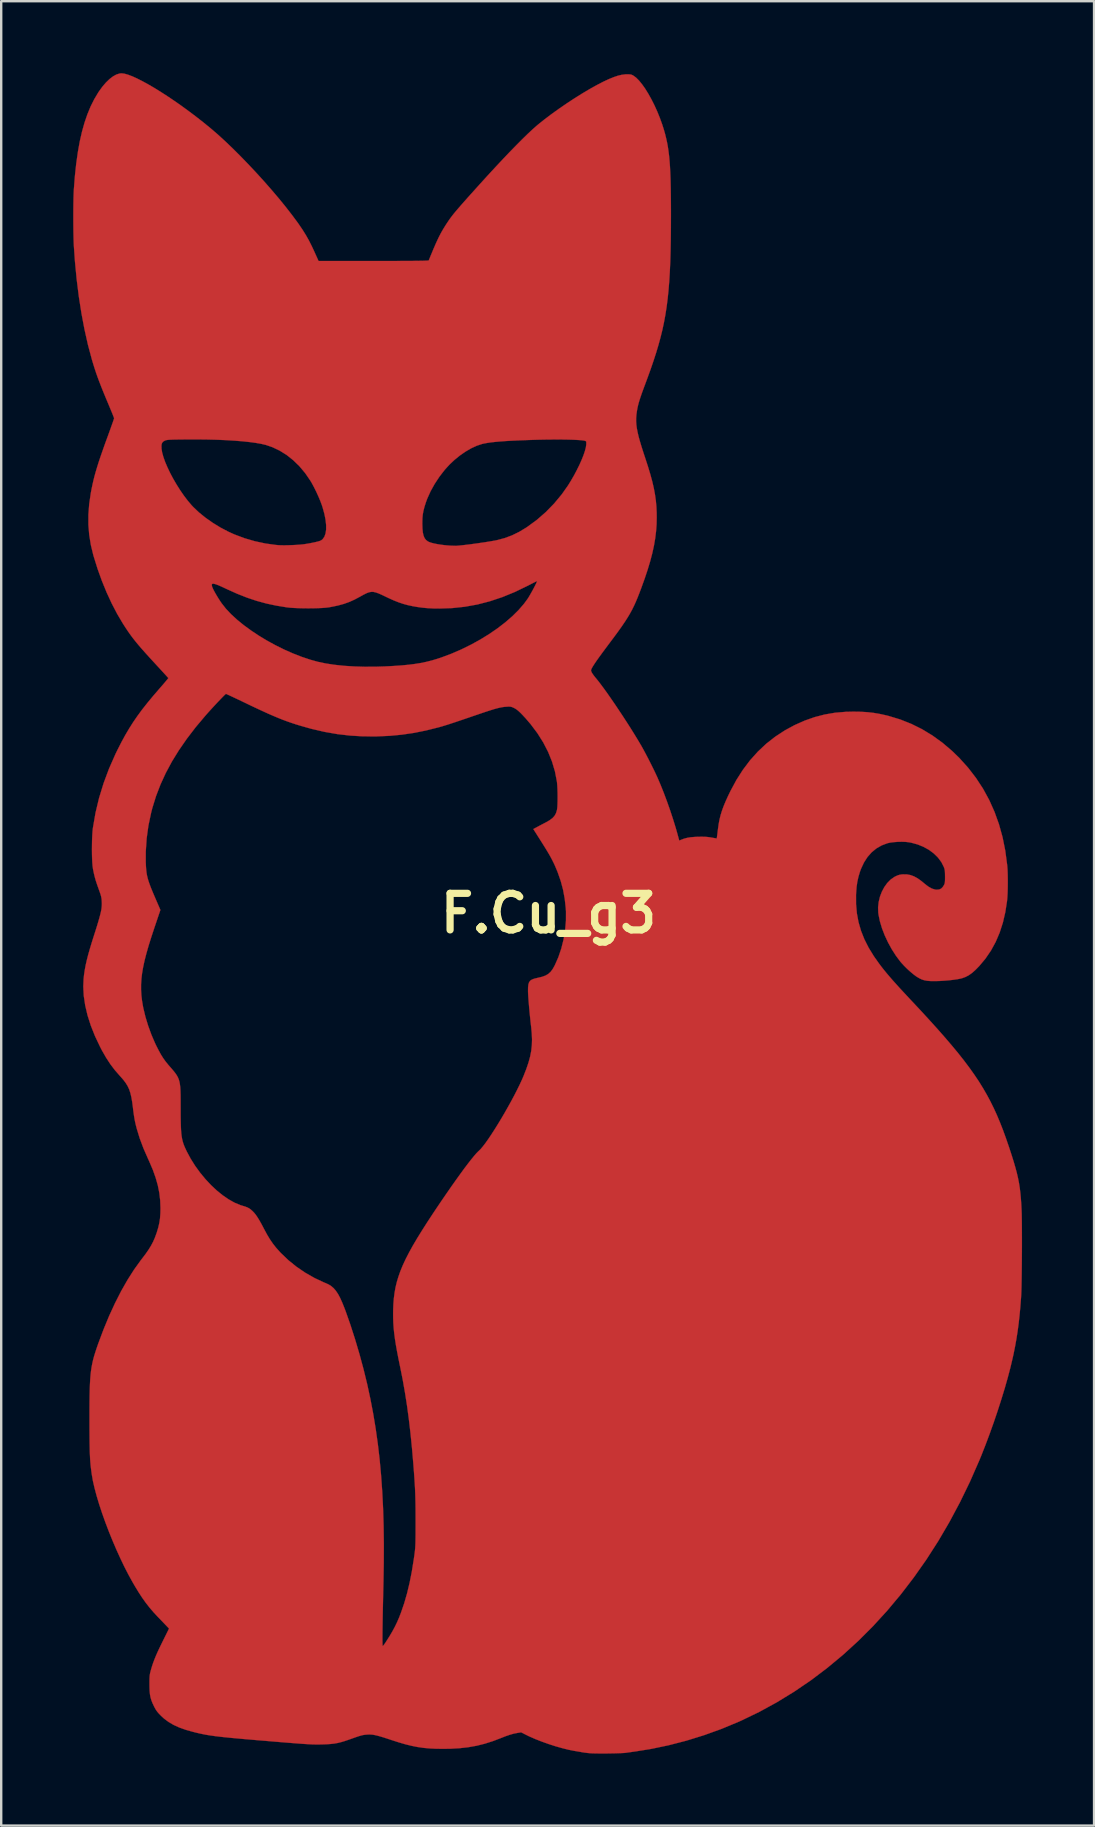
<source format=kicad_pcb>
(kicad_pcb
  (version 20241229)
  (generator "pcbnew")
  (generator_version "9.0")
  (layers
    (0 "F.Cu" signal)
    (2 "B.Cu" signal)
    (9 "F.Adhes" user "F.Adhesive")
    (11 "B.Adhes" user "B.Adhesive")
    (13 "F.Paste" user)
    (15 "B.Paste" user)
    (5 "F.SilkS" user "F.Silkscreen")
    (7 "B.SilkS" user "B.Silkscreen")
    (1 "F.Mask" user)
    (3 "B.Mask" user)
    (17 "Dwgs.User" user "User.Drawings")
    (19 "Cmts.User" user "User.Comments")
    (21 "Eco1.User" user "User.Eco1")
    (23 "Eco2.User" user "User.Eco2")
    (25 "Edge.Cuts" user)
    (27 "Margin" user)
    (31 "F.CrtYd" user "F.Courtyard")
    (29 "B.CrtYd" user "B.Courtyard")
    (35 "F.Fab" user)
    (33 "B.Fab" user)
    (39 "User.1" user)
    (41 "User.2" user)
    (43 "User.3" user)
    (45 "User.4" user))
  (footprint "F.Cu_g3"
    (layer "F.Cu")
    (at 19.801 35.001)
    (property "Reference" "F.Cu_g3" (at 0 0 0) (layer "F.SilkS") (effects (font (size 1.524 1.524) (thickness 0.3))))
    (attr through_hole)
    (fp_poly (pts (xy -17.667 -34.981) (xy -17.519 -34.939) (xy -17.343 -34.873) (xy -17.144 -34.783) (xy -16.924 -34.672) (xy -16.684 -34.541) (xy -16.428 -34.392) (xy -16.158 -34.225) (xy -15.876 -34.043) (xy -15.586 -33.848) (xy -15.29 -33.641) (xy -14.99 -33.422) (xy -14.69 -33.196) (xy -14.39 -32.961) (xy -14.095 -32.721) (xy -14.065 -32.696) (xy -13.778 -32.449) (xy -13.473 -32.17) (xy -13.155 -31.866) (xy -12.828 -31.54) (xy -12.498 -31.199) (xy -12.167 -30.846) (xy -11.841 -30.487) (xy -11.525 -30.126) (xy -11.223 -29.77) (xy -10.94 -29.422) (xy -10.68 -29.087) (xy -10.447 -28.772) (xy -10.405 -28.713) (xy -10.245 -28.477) (xy -10.107 -28.255) (xy -9.981 -28.032) (xy -9.861 -27.794) (xy -9.765 -27.587) (xy -9.58 -27.178) (xy -7.29 -27.178) (xy -6.915 -27.178) (xy -6.581 -27.178) (xy -6.285 -27.179) (xy -6.025 -27.18) (xy -5.799 -27.181) (xy -5.606 -27.182) (xy -5.444 -27.184) (xy -5.309 -27.186) (xy -5.202 -27.188) (xy -5.118 -27.191) (xy -5.057 -27.194) (xy -5.017 -27.197) (xy -4.995 -27.201) (xy -4.989 -27.204) (xy -4.887 -27.451) (xy -4.799 -27.663) (xy -4.72 -27.846) (xy -4.649 -28.004) (xy -4.584 -28.143) (xy -4.521 -28.267) (xy -4.46 -28.381) (xy -4.396 -28.492) (xy -4.329 -28.602) (xy -4.287 -28.669) (xy -4.221 -28.77) (xy -4.158 -28.864) (xy -4.094 -28.955) (xy -4.026 -29.046) (xy -3.95 -29.143) (xy -3.862 -29.249) (xy -3.76 -29.369) (xy -3.64 -29.507) (xy -3.499 -29.667) (xy -3.333 -29.855) (xy -3.322 -29.866) (xy -2.94 -30.291) (xy -2.579 -30.69) (xy -2.238 -31.06) (xy -1.918 -31.402) (xy -1.621 -31.715) (xy -1.346 -31.997) (xy -1.095 -32.25) (xy -0.868 -32.471) (xy -0.665 -32.661) (xy -0.487 -32.818) (xy -0.434 -32.863) (xy -0.168 -33.076) (xy 0.124 -33.297) (xy 0.435 -33.52) (xy 0.757 -33.741) (xy 1.083 -33.955) (xy 1.407 -34.158) (xy 1.722 -34.345) (xy 2.02 -34.511) (xy 2.275 -34.643) (xy 2.507 -34.752) (xy 2.71 -34.835) (xy 2.889 -34.896) (xy 3.05 -34.934) (xy 3.196 -34.953) (xy 3.249 -34.955) (xy 3.345 -34.954) (xy 3.411 -34.949) (xy 3.462 -34.937) (xy 3.51 -34.915) (xy 3.538 -34.899) (xy 3.651 -34.815) (xy 3.772 -34.694) (xy 3.898 -34.539) (xy 4.028 -34.356) (xy 4.157 -34.147) (xy 4.285 -33.918) (xy 4.41 -33.671) (xy 4.528 -33.411) (xy 4.637 -33.143) (xy 4.736 -32.869) (xy 4.804 -32.656) (xy 4.853 -32.484) (xy 4.896 -32.312) (xy 4.935 -32.137) (xy 4.969 -31.956) (xy 4.998 -31.764) (xy 5.023 -31.56) (xy 5.043 -31.339) (xy 5.061 -31.098) (xy 5.074 -30.834) (xy 5.085 -30.544) (xy 5.092 -30.225) (xy 5.097 -29.872) (xy 5.1 -29.484) (xy 5.101 -29.125) (xy 5.099 -28.573) (xy 5.094 -28.059) (xy 5.085 -27.581) (xy 5.072 -27.135) (xy 5.053 -26.717) (xy 5.029 -26.324) (xy 4.999 -25.953) (xy 4.963 -25.601) (xy 4.92 -25.263) (xy 4.869 -24.937) (xy 4.81 -24.618) (xy 4.743 -24.304) (xy 4.666 -23.992) (xy 4.58 -23.677) (xy 4.484 -23.356) (xy 4.377 -23.026) (xy 4.26 -22.684) (xy 4.13 -22.325) (xy 4.058 -22.13) (xy 3.972 -21.899) (xy 3.9 -21.703) (xy 3.842 -21.535) (xy 3.794 -21.39) (xy 3.756 -21.262) (xy 3.726 -21.147) (xy 3.703 -21.039) (xy 3.684 -20.932) (xy 3.669 -20.821) (xy 3.661 -20.759) (xy 3.651 -20.632) (xy 3.65 -20.502) (xy 3.659 -20.366) (xy 3.678 -20.218) (xy 3.709 -20.055) (xy 3.751 -19.872) (xy 3.808 -19.666) (xy 3.878 -19.433) (xy 3.963 -19.167) (xy 4.03 -18.964) (xy 4.145 -18.611) (xy 4.242 -18.289) (xy 4.322 -17.994) (xy 4.386 -17.718) (xy 4.435 -17.456) (xy 4.471 -17.202) (xy 4.494 -16.949) (xy 4.506 -16.693) (xy 4.508 -16.502) (xy 4.502 -16.209) (xy 4.481 -15.917) (xy 4.445 -15.622) (xy 4.393 -15.319) (xy 4.324 -15.004) (xy 4.237 -14.673) (xy 4.131 -14.32) (xy 4.005 -13.942) (xy 3.858 -13.535) (xy 3.794 -13.367) (xy 3.717 -13.17) (xy 3.642 -12.989) (xy 3.564 -12.818) (xy 3.483 -12.654) (xy 3.395 -12.492) (xy 3.296 -12.326) (xy 3.184 -12.151) (xy 3.057 -11.963) (xy 2.911 -11.758) (xy 2.743 -11.529) (xy 2.558 -11.282) (xy 2.387 -11.053) (xy 2.24 -10.855) (xy 2.117 -10.686) (xy 2.015 -10.543) (xy 1.933 -10.423) (xy 1.869 -10.325) (xy 1.822 -10.246) (xy 1.804 -10.212) (xy 1.778 -10.157) (xy 1.771 -10.118) (xy 1.783 -10.077) (xy 1.798 -10.042) (xy 1.83 -9.988) (xy 1.881 -9.915) (xy 1.942 -9.837) (xy 1.964 -9.811) (xy 2.061 -9.693) (xy 2.176 -9.543) (xy 2.308 -9.365) (xy 2.452 -9.165) (xy 2.605 -8.945) (xy 2.766 -8.711) (xy 2.93 -8.466) (xy 3.096 -8.216) (xy 3.259 -7.965) (xy 3.418 -7.717) (xy 3.568 -7.476) (xy 3.708 -7.247) (xy 3.834 -7.035) (xy 3.875 -6.964) (xy 3.967 -6.799) (xy 4.07 -6.606) (xy 4.179 -6.396) (xy 4.288 -6.18) (xy 4.392 -5.97) (xy 4.484 -5.775) (xy 4.541 -5.652) (xy 4.672 -5.346) (xy 4.806 -5.01) (xy 4.939 -4.654) (xy 5.068 -4.288) (xy 5.188 -3.923) (xy 5.297 -3.571) (xy 5.356 -3.363) (xy 5.447 -3.032) (xy 5.523 -3.064) (xy 5.649 -3.112) (xy 5.778 -3.146) (xy 5.922 -3.17) (xy 6.091 -3.184) (xy 6.223 -3.19) (xy 6.378 -3.192) (xy 6.505 -3.19) (xy 6.618 -3.182) (xy 6.728 -3.168) (xy 6.779 -3.159) (xy 7.007 -3.12) (xy 7.016 -3.163) (xy 7.021 -3.2) (xy 7.03 -3.269) (xy 7.042 -3.362) (xy 7.055 -3.47) (xy 7.059 -3.503) (xy 7.087 -3.708) (xy 7.122 -3.898) (xy 7.167 -4.082) (xy 7.223 -4.267) (xy 7.293 -4.459) (xy 7.379 -4.667) (xy 7.484 -4.897) (xy 7.578 -5.091) (xy 7.826 -5.553) (xy 8.1 -5.982) (xy 8.398 -6.377) (xy 8.723 -6.739) (xy 9.073 -7.068) (xy 9.45 -7.363) (xy 9.853 -7.626) (xy 10.255 -7.844) (xy 10.671 -8.029) (xy 11.086 -8.175) (xy 11.507 -8.284) (xy 11.939 -8.358) (xy 12.389 -8.396) (xy 12.699 -8.403) (xy 13.007 -8.398) (xy 13.286 -8.381) (xy 13.55 -8.351) (xy 13.812 -8.306) (xy 14.085 -8.245) (xy 14.172 -8.223) (xy 14.654 -8.077) (xy 15.119 -7.892) (xy 15.566 -7.67) (xy 15.997 -7.408) (xy 16.413 -7.107) (xy 16.812 -6.768) (xy 17.115 -6.473) (xy 17.481 -6.067) (xy 17.81 -5.64) (xy 18.104 -5.191) (xy 18.361 -4.72) (xy 18.582 -4.226) (xy 18.767 -3.711) (xy 18.916 -3.173) (xy 19.029 -2.613) (xy 19.106 -2.031) (xy 19.113 -1.958) (xy 19.124 -1.809) (xy 19.13 -1.63) (xy 19.134 -1.433) (xy 19.134 -1.227) (xy 19.131 -1.023) (xy 19.125 -0.83) (xy 19.115 -0.659) (xy 19.103 -0.52) (xy 19.103 -0.518) (xy 19.031 -0.051) (xy 18.929 0.388) (xy 18.796 0.8) (xy 18.632 1.185) (xy 18.436 1.545) (xy 18.207 1.881) (xy 17.946 2.194) (xy 17.94 2.2) (xy 17.785 2.358) (xy 17.644 2.483) (xy 17.508 2.579) (xy 17.373 2.65) (xy 17.231 2.701) (xy 17.161 2.719) (xy 17.027 2.745) (xy 16.861 2.769) (xy 16.673 2.79) (xy 16.476 2.806) (xy 16.28 2.818) (xy 16.108 2.822) (xy 15.929 2.821) (xy 15.782 2.81) (xy 15.657 2.787) (xy 15.545 2.751) (xy 15.436 2.697) (xy 15.319 2.626) (xy 15.203 2.539) (xy 15.071 2.429) (xy 14.935 2.305) (xy 14.806 2.176) (xy 14.693 2.052) (xy 14.663 2.017) (xy 14.475 1.766) (xy 14.3 1.493) (xy 14.143 1.206) (xy 14.005 0.911) (xy 13.892 0.617) (xy 13.806 0.33) (xy 13.75 0.058) (xy 13.739 -0.022) (xy 13.731 -0.246) (xy 13.755 -0.47) (xy 13.807 -0.69) (xy 13.887 -0.9) (xy 13.989 -1.093) (xy 14.113 -1.265) (xy 14.255 -1.409) (xy 14.413 -1.519) (xy 14.451 -1.539) (xy 14.548 -1.583) (xy 14.631 -1.608) (xy 14.722 -1.622) (xy 14.771 -1.625) (xy 14.928 -1.623) (xy 15.078 -1.596) (xy 15.226 -1.542) (xy 15.379 -1.458) (xy 15.542 -1.341) (xy 15.681 -1.225) (xy 15.83 -1.111) (xy 15.973 -1.032) (xy 16.109 -0.991) (xy 16.175 -0.985) (xy 16.278 -0.995) (xy 16.357 -1.031) (xy 16.424 -1.098) (xy 16.468 -1.166) (xy 16.49 -1.208) (xy 16.504 -1.248) (xy 16.513 -1.295) (xy 16.518 -1.36) (xy 16.52 -1.451) (xy 16.52 -1.535) (xy 16.518 -1.656) (xy 16.514 -1.746) (xy 16.505 -1.815) (xy 16.491 -1.873) (xy 16.471 -1.929) (xy 16.368 -2.133) (xy 16.228 -2.322) (xy 16.055 -2.493) (xy 15.854 -2.643) (xy 15.626 -2.77) (xy 15.378 -2.871) (xy 15.111 -2.944) (xy 15.003 -2.964) (xy 14.87 -2.978) (xy 14.713 -2.983) (xy 14.547 -2.979) (xy 14.384 -2.967) (xy 14.237 -2.948) (xy 14.122 -2.923) (xy 13.879 -2.831) (xy 13.658 -2.704) (xy 13.462 -2.543) (xy 13.289 -2.347) (xy 13.142 -2.118) (xy 13.02 -1.857) (xy 12.972 -1.726) (xy 12.91 -1.517) (xy 12.865 -1.311) (xy 12.834 -1.095) (xy 12.816 -0.854) (xy 12.812 -0.773) (xy 12.813 -0.378) (xy 12.847 0.001) (xy 12.915 0.367) (xy 13.019 0.725) (xy 13.159 1.079) (xy 13.337 1.431) (xy 13.554 1.785) (xy 13.777 2.101) (xy 13.877 2.232) (xy 13.979 2.362) (xy 14.088 2.495) (xy 14.206 2.634) (xy 14.336 2.784) (xy 14.482 2.947) (xy 14.646 3.129) (xy 14.834 3.331) (xy 15.046 3.559) (xy 15.113 3.63) (xy 15.508 4.052) (xy 15.872 4.449) (xy 16.209 4.822) (xy 16.52 5.175) (xy 16.805 5.509) (xy 17.068 5.827) (xy 17.31 6.133) (xy 17.532 6.428) (xy 17.736 6.715) (xy 17.925 6.996) (xy 18.098 7.275) (xy 18.259 7.553) (xy 18.409 7.833) (xy 18.55 8.118) (xy 18.683 8.41) (xy 18.81 8.712) (xy 18.933 9.026) (xy 19.053 9.356) (xy 19.172 9.702) (xy 19.188 9.749) (xy 19.288 10.054) (xy 19.374 10.327) (xy 19.446 10.574) (xy 19.507 10.8) (xy 19.557 11.014) (xy 19.598 11.22) (xy 19.631 11.426) (xy 19.657 11.639) (xy 19.678 11.864) (xy 19.695 12.108) (xy 19.708 12.367) (xy 19.713 12.495) (xy 19.716 12.658) (xy 19.719 12.851) (xy 19.721 13.069) (xy 19.722 13.307) (xy 19.723 13.561) (xy 19.723 13.825) (xy 19.722 14.094) (xy 19.72 14.365) (xy 19.718 14.633) (xy 19.715 14.891) (xy 19.712 15.136) (xy 19.708 15.364) (xy 19.704 15.568) (xy 19.699 15.745) (xy 19.693 15.889) (xy 19.687 15.996) (xy 19.687 16.002) (xy 19.656 16.4) (xy 19.622 16.765) (xy 19.584 17.104) (xy 19.541 17.425) (xy 19.492 17.737) (xy 19.436 18.048) (xy 19.372 18.366) (xy 19.335 18.533) (xy 19.243 18.922) (xy 19.132 19.343) (xy 19.006 19.787) (xy 18.865 20.248) (xy 18.713 20.721) (xy 18.552 21.197) (xy 18.382 21.672) (xy 18.208 22.137) (xy 18.031 22.587) (xy 17.949 22.786) (xy 17.562 23.668) (xy 17.147 24.523) (xy 16.705 25.351) (xy 16.237 26.151) (xy 15.742 26.921) (xy 15.222 27.661) (xy 14.678 28.371) (xy 14.11 29.05) (xy 13.518 29.697) (xy 12.904 30.311) (xy 12.268 30.891) (xy 11.611 31.437) (xy 10.934 31.949) (xy 10.236 32.424) (xy 9.52 32.863) (xy 8.785 33.265) (xy 8.032 33.629) (xy 7.918 33.68) (xy 7.209 33.975) (xy 6.483 34.237) (xy 5.747 34.465) (xy 5.005 34.657) (xy 4.264 34.812) (xy 3.614 34.916) (xy 3.5 34.932) (xy 3.386 34.948) (xy 3.287 34.962) (xy 3.239 34.969) (xy 3.167 34.977) (xy 3.061 34.983) (xy 2.927 34.988) (xy 2.773 34.993) (xy 2.605 34.996) (xy 2.432 34.999) (xy 2.26 35) (xy 2.098 34.999) (xy 1.951 34.997) (xy 1.827 34.994) (xy 1.735 34.989) (xy 1.725 34.988) (xy 1.619 34.978) (xy 1.513 34.965) (xy 1.426 34.952) (xy 1.397 34.947) (xy 1.322 34.933) (xy 1.223 34.916) (xy 1.116 34.898) (xy 1.079 34.892) (xy 0.84 34.845) (xy 0.575 34.779) (xy 0.292 34.699) (xy 0.004 34.606) (xy -0.282 34.504) (xy -0.554 34.397) (xy -0.803 34.288) (xy -0.951 34.215) (xy -1.139 34.119) (xy -1.284 34.142) (xy -1.446 34.173) (xy -1.618 34.222) (xy -1.811 34.289) (xy -1.958 34.348) (xy -2.311 34.483) (xy -2.653 34.592) (xy -2.993 34.677) (xy -3.34 34.739) (xy -3.703 34.78) (xy -4.089 34.802) (xy -4.392 34.806) (xy -4.69 34.802) (xy -4.962 34.789) (xy -5.216 34.765) (xy -5.463 34.729) (xy -5.711 34.679) (xy -5.97 34.615) (xy -6.249 34.533) (xy -6.509 34.45) (xy -6.714 34.382) (xy -6.885 34.327) (xy -7.027 34.285) (xy -7.145 34.253) (xy -7.244 34.231) (xy -7.33 34.216) (xy -7.408 34.21) (xy -7.484 34.209) (xy -7.554 34.212) (xy -7.619 34.217) (xy -7.677 34.224) (xy -7.736 34.234) (xy -7.802 34.25) (xy -7.881 34.273) (xy -7.98 34.305) (xy -8.104 34.348) (xy -8.26 34.404) (xy -8.292 34.415) (xy -8.476 34.478) (xy -8.636 34.526) (xy -8.783 34.562) (xy -8.929 34.588) (xy -9.085 34.605) (xy -9.262 34.616) (xy -9.44 34.622) (xy -9.53 34.624) (xy -9.614 34.625) (xy -9.698 34.624) (xy -9.786 34.623) (xy -9.88 34.62) (xy -9.986 34.614) (xy -10.107 34.607) (xy -10.248 34.598) (xy -10.411 34.586) (xy -10.602 34.571) (xy -10.824 34.554) (xy -11.081 34.533) (xy -11.314 34.514) (xy -11.717 34.48) (xy -12.08 34.45) (xy -12.407 34.422) (xy -12.7 34.397) (xy -12.962 34.373) (xy -13.196 34.352) (xy -13.404 34.331) (xy -13.589 34.312) (xy -13.755 34.293) (xy -13.903 34.275) (xy -14.036 34.256) (xy -14.158 34.238) (xy -14.271 34.219) (xy -14.378 34.198) (xy -14.482 34.177) (xy -14.584 34.154) (xy -14.689 34.129) (xy -14.799 34.101) (xy -14.809 34.099) (xy -15.114 34.013) (xy -15.381 33.918) (xy -15.616 33.811) (xy -15.823 33.69) (xy -16.008 33.554) (xy -16.14 33.433) (xy -16.231 33.34) (xy -16.298 33.262) (xy -16.352 33.186) (xy -16.402 33.1) (xy -16.432 33.041) (xy -16.497 32.904) (xy -16.545 32.781) (xy -16.58 32.662) (xy -16.603 32.537) (xy -16.617 32.396) (xy -16.623 32.228) (xy -16.624 32.12) (xy -16.624 31.98) (xy -16.622 31.872) (xy -16.617 31.787) (xy -16.609 31.716) (xy -16.597 31.649) (xy -16.579 31.578) (xy -16.567 31.533) (xy -16.523 31.383) (xy -16.475 31.237) (xy -16.42 31.089) (xy -16.356 30.931) (xy -16.279 30.757) (xy -16.186 30.561) (xy -16.08 30.344) (xy -15.809 29.796) (xy -15.912 29.688) (xy -15.961 29.636) (xy -16.033 29.561) (xy -16.119 29.471) (xy -16.211 29.375) (xy -16.269 29.316) (xy -16.452 29.119) (xy -16.62 28.923) (xy -16.777 28.722) (xy -16.93 28.507) (xy -17.084 28.27) (xy -17.245 28.005) (xy -17.318 27.879) (xy -17.493 27.563) (xy -17.667 27.225) (xy -17.838 26.868) (xy -18.006 26.498) (xy -18.168 26.119) (xy -18.322 25.738) (xy -18.466 25.358) (xy -18.599 24.984) (xy -18.719 24.621) (xy -18.823 24.275) (xy -18.91 23.949) (xy -18.979 23.65) (xy -19.026 23.381) (xy -19.027 23.376) (xy -19.045 23.244) (xy -19.061 23.119) (xy -19.075 22.996) (xy -19.086 22.87) (xy -19.096 22.737) (xy -19.103 22.594) (xy -19.11 22.436) (xy -19.114 22.259) (xy -19.118 22.059) (xy -19.12 21.831) (xy -19.122 21.572) (xy -19.123 21.278) (xy -19.123 21.061) (xy -19.123 20.704) (xy -19.121 20.386) (xy -19.118 20.102) (xy -19.112 19.849) (xy -19.104 19.623) (xy -19.093 19.42) (xy -19.078 19.236) (xy -19.06 19.067) (xy -19.036 18.909) (xy -19.008 18.759) (xy -18.975 18.612) (xy -18.936 18.465) (xy -18.89 18.314) (xy -18.838 18.154) (xy -18.779 17.983) (xy -18.762 17.934) (xy -18.54 17.341) (xy -18.306 16.775) (xy -18.06 16.241) (xy -17.805 15.739) (xy -17.54 15.273) (xy -17.267 14.844) (xy -16.987 14.454) (xy -16.938 14.391) (xy -16.786 14.191) (xy -16.661 14.011) (xy -16.558 13.843) (xy -16.471 13.679) (xy -16.397 13.509) (xy -16.33 13.325) (xy -16.319 13.293) (xy -16.257 13.087) (xy -16.213 12.895) (xy -16.184 12.703) (xy -16.169 12.496) (xy -16.165 12.277) (xy -16.177 11.96) (xy -16.213 11.649) (xy -16.275 11.337) (xy -16.365 11.018) (xy -16.483 10.686) (xy -16.633 10.334) (xy -16.679 10.234) (xy -16.873 9.793) (xy -17.031 9.37) (xy -17.152 8.975) (xy -17.191 8.824) (xy -17.223 8.685) (xy -17.25 8.545) (xy -17.274 8.394) (xy -17.298 8.219) (xy -17.313 8.089) (xy -17.344 7.855) (xy -17.378 7.656) (xy -17.419 7.486) (xy -17.468 7.336) (xy -17.53 7.202) (xy -17.607 7.075) (xy -17.701 6.948) (xy -17.816 6.815) (xy -17.856 6.771) (xy -18.064 6.533) (xy -18.255 6.281) (xy -18.434 6.006) (xy -18.609 5.7) (xy -18.676 5.571) (xy -18.89 5.12) (xy -19.066 4.68) (xy -19.203 4.252) (xy -19.301 3.836) (xy -19.361 3.434) (xy -19.381 3.046) (xy -19.377 2.967) (xy -16.974 2.967) (xy -16.974 3.192) (xy -16.961 3.415) (xy -16.934 3.64) (xy -16.895 3.871) (xy -16.88 3.948) (xy -16.793 4.309) (xy -16.679 4.683) (xy -16.543 5.056) (xy -16.389 5.414) (xy -16.341 5.514) (xy -16.239 5.714) (xy -16.146 5.883) (xy -16.054 6.03) (xy -15.959 6.164) (xy -15.855 6.293) (xy -15.819 6.335) (xy -15.716 6.453) (xy -15.628 6.556) (xy -15.554 6.649) (xy -15.494 6.735) (xy -15.445 6.82) (xy -15.407 6.909) (xy -15.378 7.005) (xy -15.357 7.114) (xy -15.342 7.24) (xy -15.333 7.388) (xy -15.328 7.562) (xy -15.326 7.767) (xy -15.326 8.008) (xy -15.325 8.129) (xy -15.325 8.4) (xy -15.322 8.635) (xy -15.317 8.836) (xy -15.31 9.009) (xy -15.299 9.158) (xy -15.283 9.288) (xy -15.263 9.404) (xy -15.237 9.51) (xy -15.205 9.612) (xy -15.166 9.712) (xy -15.119 9.817) (xy -15.072 9.917) (xy -14.908 10.222) (xy -14.722 10.518) (xy -14.516 10.802) (xy -14.295 11.07) (xy -14.062 11.319) (xy -13.821 11.545) (xy -13.574 11.745) (xy -13.326 11.915) (xy -13.08 12.053) (xy -12.84 12.154) (xy -12.759 12.179) (xy -12.637 12.216) (xy -12.546 12.251) (xy -12.472 12.29) (xy -12.404 12.338) (xy -12.333 12.401) (xy -12.265 12.471) (xy -12.196 12.556) (xy -12.124 12.661) (xy -12.045 12.79) (xy -11.956 12.949) (xy -11.854 13.142) (xy -11.846 13.158) (xy -11.724 13.384) (xy -11.606 13.58) (xy -11.485 13.757) (xy -11.352 13.926) (xy -11.2 14.097) (xy -11.147 14.153) (xy -10.838 14.449) (xy -10.496 14.725) (xy -10.13 14.974) (xy -9.746 15.193) (xy -9.352 15.377) (xy -9.271 15.41) (xy -9.153 15.465) (xy -9.047 15.533) (xy -8.949 15.618) (xy -8.859 15.724) (xy -8.771 15.854) (xy -8.685 16.013) (xy -8.598 16.205) (xy -8.506 16.432) (xy -8.46 16.552) (xy -8.258 17.125) (xy -8.063 17.73) (xy -7.878 18.354) (xy -7.707 18.987) (xy -7.553 19.618) (xy -7.422 20.225) (xy -7.304 20.841) (xy -7.201 21.463) (xy -7.112 22.094) (xy -7.037 22.738) (xy -6.976 23.398) (xy -6.928 24.078) (xy -6.892 24.781) (xy -6.87 25.511) (xy -6.86 26.272) (xy -6.863 27.066) (xy -6.876 27.834) (xy -6.886 28.262) (xy -6.894 28.65) (xy -6.902 28.997) (xy -6.908 29.305) (xy -6.912 29.575) (xy -6.916 29.809) (xy -6.918 30.008) (xy -6.919 30.173) (xy -6.919 30.304) (xy -6.917 30.403) (xy -6.914 30.472) (xy -6.911 30.511) (xy -6.906 30.522) (xy -6.886 30.506) (xy -6.849 30.461) (xy -6.803 30.396) (xy -6.778 30.358) (xy -6.632 30.129) (xy -6.509 29.922) (xy -6.403 29.726) (xy -6.309 29.532) (xy -6.221 29.328) (xy -6.143 29.125) (xy -6.011 28.741) (xy -5.893 28.332) (xy -5.788 27.895) (xy -5.695 27.425) (xy -5.614 26.92) (xy -5.593 26.776) (xy -5.58 26.679) (xy -5.569 26.594) (xy -5.56 26.514) (xy -5.553 26.435) (xy -5.548 26.352) (xy -5.544 26.259) (xy -5.541 26.153) (xy -5.539 26.027) (xy -5.537 25.876) (xy -5.537 25.697) (xy -5.536 25.483) (xy -5.536 25.337) (xy -5.537 25.052) (xy -5.538 24.799) (xy -5.541 24.571) (xy -5.546 24.36) (xy -5.552 24.156) (xy -5.561 23.952) (xy -5.573 23.74) (xy -5.588 23.512) (xy -5.606 23.259) (xy -5.628 22.972) (xy -5.631 22.934) (xy -5.687 22.28) (xy -5.749 21.662) (xy -5.818 21.074) (xy -5.894 20.511) (xy -5.979 19.968) (xy -6.072 19.437) (xy -6.176 18.914) (xy -6.182 18.888) (xy -6.252 18.547) (xy -6.311 18.242) (xy -6.36 17.967) (xy -6.399 17.716) (xy -6.429 17.484) (xy -6.451 17.265) (xy -6.465 17.054) (xy -6.472 16.846) (xy -6.473 16.635) (xy -6.471 16.51) (xy -6.461 16.267) (xy -6.442 16.032) (xy -6.413 15.804) (xy -6.372 15.578) (xy -6.318 15.353) (xy -6.249 15.126) (xy -6.166 14.892) (xy -6.066 14.651) (xy -5.948 14.398) (xy -5.811 14.131) (xy -5.654 13.847) (xy -5.475 13.543) (xy -5.273 13.216) (xy -5.048 12.863) (xy -4.798 12.482) (xy -4.689 12.319) (xy -4.467 11.989) (xy -4.252 11.676) (xy -4.048 11.381) (xy -3.854 11.107) (xy -3.673 10.855) (xy -3.506 10.626) (xy -3.353 10.424) (xy -3.217 10.25) (xy -3.099 10.105) (xy -3.001 9.992) (xy -2.922 9.912) (xy -2.901 9.893) (xy -2.825 9.818) (xy -2.733 9.709) (xy -2.627 9.57) (xy -2.509 9.404) (xy -2.382 9.215) (xy -2.248 9.007) (xy -2.109 8.784) (xy -1.968 8.551) (xy -1.826 8.309) (xy -1.687 8.064) (xy -1.552 7.82) (xy -1.423 7.579) (xy -1.304 7.346) (xy -1.196 7.126) (xy -1.101 6.92) (xy -1.037 6.771) (xy -0.923 6.479) (xy -0.833 6.214) (xy -0.765 5.966) (xy -0.719 5.729) (xy -0.693 5.494) (xy -0.686 5.254) (xy -0.697 5) (xy -0.72 4.752) (xy -0.746 4.526) (xy -0.77 4.298) (xy -0.792 4.076) (xy -0.811 3.864) (xy -0.827 3.669) (xy -0.84 3.497) (xy -0.849 3.354) (xy -0.853 3.247) (xy -0.853 3.239) (xy -0.851 3.083) (xy -0.838 2.963) (xy -0.81 2.873) (xy -0.762 2.806) (xy -0.69 2.758) (xy -0.589 2.72) (xy -0.456 2.688) (xy -0.445 2.686) (xy -0.267 2.643) (xy -0.124 2.591) (xy -0.008 2.523) (xy 0.09 2.434) (xy 0.176 2.318) (xy 0.258 2.171) (xy 0.409 1.831) (xy 0.533 1.465) (xy 0.629 1.082) (xy 0.694 0.69) (xy 0.727 0.299) (xy 0.728 -0.084) (xy 0.72 -0.206) (xy 0.676 -0.606) (xy 0.607 -0.983) (xy 0.509 -1.35) (xy 0.38 -1.718) (xy 0.268 -1.986) (xy 0.216 -2.098) (xy 0.161 -2.209) (xy 0.1 -2.325) (xy 0.03 -2.45) (xy -0.053 -2.591) (xy -0.153 -2.754) (xy -0.271 -2.943) (xy -0.34 -3.052) (xy -0.632 -3.512) (xy -0.459 -3.605) (xy -0.353 -3.662) (xy -0.233 -3.725) (xy -0.124 -3.782) (xy -0.112 -3.788) (xy 0.045 -3.878) (xy 0.165 -3.968) (xy 0.253 -4.065) (xy 0.313 -4.174) (xy 0.351 -4.301) (xy 0.359 -4.342) (xy 0.369 -4.432) (xy 0.375 -4.555) (xy 0.379 -4.702) (xy 0.38 -4.862) (xy 0.378 -5.026) (xy 0.373 -5.186) (xy 0.365 -5.331) (xy 0.355 -5.452) (xy 0.349 -5.497) (xy 0.269 -5.912) (xy 0.147 -6.322) (xy -0.015 -6.724) (xy -0.218 -7.119) (xy -0.461 -7.505) (xy -0.743 -7.88) (xy -0.957 -8.13) (xy -1.075 -8.257) (xy -1.172 -8.357) (xy -1.254 -8.433) (xy -1.327 -8.491) (xy -1.396 -8.536) (xy -1.458 -8.567) (xy -1.517 -8.593) (xy -1.568 -8.608) (xy -1.625 -8.613) (xy -1.702 -8.612) (xy -1.765 -8.608) (xy -1.85 -8.601) (xy -1.938 -8.588) (xy -2.034 -8.569) (xy -2.142 -8.543) (xy -2.268 -8.508) (xy -2.416 -8.462) (xy -2.593 -8.405) (xy -2.802 -8.335) (xy -2.889 -8.305) (xy -3.165 -8.211) (xy -3.404 -8.129) (xy -3.611 -8.059) (xy -3.788 -7.999) (xy -3.94 -7.948) (xy -4.069 -7.906) (xy -4.18 -7.869) (xy -4.277 -7.839) (xy -4.362 -7.813) (xy -4.439 -7.79) (xy -4.513 -7.769) (xy -4.586 -7.748) (xy -4.589 -7.748) (xy -5.109 -7.618) (xy -5.612 -7.517) (xy -6.111 -7.444) (xy -6.618 -7.396) (xy -7.144 -7.373) (xy -7.154 -7.372) (xy -7.715 -7.374) (xy -8.26 -7.406) (xy -8.797 -7.468) (xy -9.335 -7.562) (xy -9.882 -7.689) (xy -10.328 -7.815) (xy -10.519 -7.873) (xy -10.701 -7.933) (xy -10.88 -7.995) (xy -11.06 -8.062) (xy -11.245 -8.135) (xy -11.441 -8.217) (xy -11.653 -8.309) (xy -11.884 -8.414) (xy -12.141 -8.533) (xy -12.427 -8.668) (xy -12.619 -8.761) (xy -12.79 -8.843) (xy -12.95 -8.919) (xy -13.094 -8.987) (xy -13.218 -9.045) (xy -13.318 -9.092) (xy -13.39 -9.124) (xy -13.431 -9.142) (xy -13.438 -9.144) (xy -13.458 -9.129) (xy -13.503 -9.087) (xy -13.569 -9.021) (xy -13.651 -8.936) (xy -13.746 -8.837) (xy -13.85 -8.727) (xy -13.958 -8.61) (xy -14.067 -8.491) (xy -14.174 -8.373) (xy -14.273 -8.261) (xy -14.289 -8.243) (xy -14.699 -7.756) (xy -15.068 -7.274) (xy -15.398 -6.797) (xy -15.691 -6.322) (xy -15.946 -5.846) (xy -16.165 -5.369) (xy -16.35 -4.887) (xy -16.501 -4.4) (xy -16.552 -4.206) (xy -16.667 -3.662) (xy -16.742 -3.117) (xy -16.778 -2.576) (xy -16.779 -2.144) (xy -16.772 -1.984) (xy -16.763 -1.842) (xy -16.749 -1.713) (xy -16.729 -1.59) (xy -16.7 -1.467) (xy -16.662 -1.337) (xy -16.612 -1.194) (xy -16.55 -1.032) (xy -16.472 -0.845) (xy -16.379 -0.627) (xy -16.169 -0.142) (xy -16.424 0.612) (xy -16.551 0.998) (xy -16.661 1.349) (xy -16.753 1.671) (xy -16.829 1.966) (xy -16.888 2.24) (xy -16.932 2.495) (xy -16.96 2.736) (xy -16.974 2.967) (xy -19.377 2.967) (xy -19.368 2.741) (xy -19.349 2.556) (xy -19.321 2.368) (xy -19.285 2.172) (xy -19.238 1.962) (xy -19.18 1.734) (xy -19.108 1.481) (xy -19.023 1.198) (xy -18.962 1.005) (xy -18.881 0.752) (xy -18.813 0.535) (xy -18.757 0.35) (xy -18.712 0.192) (xy -18.676 0.058) (xy -18.649 -0.056) (xy -18.629 -0.155) (xy -18.617 -0.242) (xy -18.61 -0.322) (xy -18.608 -0.399) (xy -18.61 -0.477) (xy -18.611 -0.487) (xy -18.616 -0.569) (xy -18.625 -0.64) (xy -18.64 -0.712) (xy -18.663 -0.794) (xy -18.698 -0.895) (xy -18.741 -1.016) (xy -18.807 -1.202) (xy -18.86 -1.362) (xy -18.902 -1.51) (xy -18.938 -1.66) (xy -18.972 -1.825) (xy -18.979 -1.863) (xy -18.994 -1.969) (xy -19.005 -2.111) (xy -19.014 -2.279) (xy -19.019 -2.465) (xy -19.021 -2.663) (xy -19.019 -2.865) (xy -19.015 -3.061) (xy -19.007 -3.246) (xy -18.996 -3.411) (xy -18.982 -3.548) (xy -18.979 -3.567) (xy -18.871 -4.192) (xy -18.723 -4.809) (xy -18.535 -5.422) (xy -18.307 -6.033) (xy -18.038 -6.643) (xy -17.948 -6.826) (xy -17.79 -7.136) (xy -17.633 -7.425) (xy -17.471 -7.699) (xy -17.303 -7.965) (xy -17.122 -8.228) (xy -16.926 -8.494) (xy -16.709 -8.769) (xy -16.469 -9.059) (xy -16.2 -9.371) (xy -16.195 -9.377) (xy -16.098 -9.488) (xy -16.011 -9.589) (xy -15.938 -9.676) (xy -15.883 -9.743) (xy -15.848 -9.787) (xy -15.838 -9.803) (xy -15.853 -9.821) (xy -15.894 -9.866) (xy -15.957 -9.936) (xy -16.04 -10.027) (xy -16.139 -10.135) (xy -16.251 -10.257) (xy -16.373 -10.389) (xy -16.408 -10.427) (xy -16.611 -10.648) (xy -16.788 -10.844) (xy -16.943 -11.018) (xy -17.079 -11.176) (xy -17.2 -11.322) (xy -17.309 -11.46) (xy -17.411 -11.596) (xy -17.508 -11.733) (xy -17.605 -11.877) (xy -17.705 -12.032) (xy -17.733 -12.076) (xy -17.969 -12.475) (xy -18.195 -12.909) (xy -18.409 -13.371) (xy -18.533 -13.675) (xy -14.029 -13.675) (xy -14.017 -13.618) (xy -14.004 -13.582) (xy -13.967 -13.498) (xy -13.91 -13.39) (xy -13.839 -13.265) (xy -13.759 -13.133) (xy -13.676 -13.004) (xy -13.612 -12.911) (xy -13.436 -12.688) (xy -13.222 -12.461) (xy -12.975 -12.234) (xy -12.698 -12.008) (xy -12.396 -11.787) (xy -12.073 -11.572) (xy -11.732 -11.366) (xy -11.38 -11.173) (xy -11.018 -10.993) (xy -10.652 -10.831) (xy -10.286 -10.688) (xy -9.924 -10.567) (xy -9.603 -10.478) (xy -9.277 -10.41) (xy -8.915 -10.355) (xy -8.522 -10.313) (xy -8.101 -10.286) (xy -7.656 -10.273) (xy -7.192 -10.275) (xy -6.816 -10.287) (xy -6.457 -10.306) (xy -6.134 -10.328) (xy -5.842 -10.356) (xy -5.576 -10.389) (xy -5.328 -10.429) (xy -5.094 -10.477) (xy -4.868 -10.534) (xy -4.645 -10.6) (xy -4.463 -10.66) (xy -4.042 -10.818) (xy -3.629 -10.997) (xy -3.227 -11.195) (xy -2.839 -11.409) (xy -2.47 -11.637) (xy -2.122 -11.876) (xy -1.8 -12.124) (xy -1.506 -12.379) (xy -1.245 -12.638) (xy -1.02 -12.898) (xy -0.87 -13.103) (xy -0.826 -13.172) (xy -0.775 -13.259) (xy -0.719 -13.357) (xy -0.661 -13.461) (xy -0.606 -13.564) (xy -0.557 -13.66) (xy -0.517 -13.741) (xy -0.489 -13.803) (xy -0.477 -13.838) (xy -0.478 -13.843) (xy -0.5 -13.834) (xy -0.554 -13.808) (xy -0.633 -13.768) (xy -0.733 -13.717) (xy -0.847 -13.658) (xy -0.875 -13.644) (xy -1.403 -13.389) (xy -1.925 -13.175) (xy -2.444 -13.002) (xy -2.963 -12.868) (xy -3.485 -12.774) (xy -4.012 -12.718) (xy -4.536 -12.7) (xy -4.8 -12.703) (xy -5.035 -12.715) (xy -5.255 -12.735) (xy -5.472 -12.765) (xy -5.66 -12.798) (xy -5.864 -12.842) (xy -6.057 -12.895) (xy -6.247 -12.959) (xy -6.447 -13.038) (xy -6.666 -13.137) (xy -6.775 -13.189) (xy -6.942 -13.269) (xy -7.079 -13.329) (xy -7.194 -13.37) (xy -7.293 -13.392) (xy -7.385 -13.394) (xy -7.477 -13.377) (xy -7.576 -13.34) (xy -7.69 -13.284) (xy -7.827 -13.208) (xy -7.859 -13.19) (xy -8.083 -13.071) (xy -8.301 -12.973) (xy -8.525 -12.893) (xy -8.765 -12.827) (xy -9.031 -12.771) (xy -9.155 -12.749) (xy -9.273 -12.735) (xy -9.425 -12.723) (xy -9.603 -12.715) (xy -9.799 -12.71) (xy -10.005 -12.708) (xy -10.213 -12.71) (xy -10.414 -12.715) (xy -10.601 -12.723) (xy -10.766 -12.734) (xy -10.9 -12.749) (xy -10.901 -12.749) (xy -11.342 -12.821) (xy -11.759 -12.91) (xy -12.164 -13.021) (xy -12.565 -13.155) (xy -12.972 -13.316) (xy -13.395 -13.506) (xy -13.435 -13.525) (xy -13.61 -13.607) (xy -13.751 -13.669) (xy -13.86 -13.71) (xy -13.94 -13.731) (xy -13.993 -13.732) (xy -14.022 -13.713) (xy -14.029 -13.675) (xy -18.533 -13.675) (xy -18.607 -13.855) (xy -18.786 -14.353) (xy -18.944 -14.858) (xy -18.965 -14.931) (xy -19.066 -15.349) (xy -19.134 -15.765) (xy -19.168 -16.184) (xy -19.168 -16.61) (xy -19.135 -17.051) (xy -19.068 -17.51) (xy -19.037 -17.674) (xy -19 -17.853) (xy -18.96 -18.029) (xy -18.916 -18.206) (xy -18.865 -18.39) (xy -18.807 -18.584) (xy -18.741 -18.795) (xy -18.664 -19.026) (xy -18.575 -19.282) (xy -18.525 -19.424) (xy -16.125 -19.424) (xy -16.122 -19.367) (xy -16.097 -19.204) (xy -16.045 -19.015) (xy -15.971 -18.806) (xy -15.875 -18.581) (xy -15.763 -18.346) (xy -15.635 -18.105) (xy -15.495 -17.865) (xy -15.346 -17.629) (xy -15.191 -17.404) (xy -15.032 -17.195) (xy -14.872 -17.006) (xy -14.799 -16.928) (xy -14.561 -16.702) (xy -14.289 -16.482) (xy -13.99 -16.272) (xy -13.673 -16.077) (xy -13.346 -15.904) (xy -13.078 -15.783) (xy -12.666 -15.629) (xy -12.235 -15.503) (xy -11.797 -15.409) (xy -11.364 -15.349) (xy -11.239 -15.338) (xy -11.132 -15.334) (xy -10.993 -15.333) (xy -10.834 -15.336) (xy -10.666 -15.342) (xy -10.5 -15.35) (xy -10.347 -15.361) (xy -10.219 -15.374) (xy -10.18 -15.379) (xy -10.051 -15.399) (xy -9.906 -15.425) (xy -9.768 -15.453) (xy -9.709 -15.466) (xy -9.602 -15.492) (xy -9.527 -15.515) (xy -9.475 -15.539) (xy -9.434 -15.567) (xy -9.409 -15.59) (xy -9.337 -15.691) (xy -9.289 -15.825) (xy -9.264 -15.989) (xy -9.264 -16.181) (xy -9.27 -16.235) (xy -5.258 -16.235) (xy -5.252 -16.034) (xy -5.236 -15.87) (xy -5.207 -15.739) (xy -5.164 -15.636) (xy -5.105 -15.557) (xy -5.029 -15.499) (xy -4.989 -15.477) (xy -4.894 -15.442) (xy -4.767 -15.409) (xy -4.614 -15.379) (xy -4.446 -15.353) (xy -4.271 -15.333) (xy -4.097 -15.319) (xy -3.934 -15.313) (xy -3.821 -15.314) (xy -3.75 -15.319) (xy -3.644 -15.33) (xy -3.512 -15.344) (xy -3.36 -15.362) (xy -3.196 -15.383) (xy -3.027 -15.406) (xy -3.006 -15.409) (xy -2.833 -15.434) (xy -2.661 -15.459) (xy -2.498 -15.485) (xy -2.351 -15.51) (xy -2.23 -15.531) (xy -2.142 -15.549) (xy -2.138 -15.55) (xy -1.822 -15.635) (xy -1.521 -15.747) (xy -1.225 -15.892) (xy -0.926 -16.072) (xy -0.876 -16.106) (xy -0.481 -16.396) (xy -0.109 -16.721) (xy 0.237 -17.076) (xy 0.553 -17.457) (xy 0.81 -17.822) (xy 0.941 -18.033) (xy 1.066 -18.251) (xy 1.182 -18.47) (xy 1.288 -18.685) (xy 1.38 -18.891) (xy 1.457 -19.084) (xy 1.516 -19.259) (xy 1.556 -19.409) (xy 1.573 -19.531) (xy 1.573 -19.543) (xy 1.574 -19.614) (xy 1.569 -19.654) (xy 1.552 -19.674) (xy 1.52 -19.687) (xy 1.513 -19.689) (xy 1.444 -19.702) (xy 1.337 -19.714) (xy 1.195 -19.723) (xy 1.024 -19.731) (xy 0.827 -19.737) (xy 0.608 -19.741) (xy 0.372 -19.742) (xy 0.123 -19.741) (xy -0.135 -19.738) (xy -0.398 -19.733) (xy -0.476 -19.731) (xy -0.858 -19.719) (xy -1.201 -19.706) (xy -1.506 -19.692) (xy -1.776 -19.677) (xy -2.013 -19.66) (xy -2.221 -19.641) (xy -2.402 -19.621) (xy -2.557 -19.598) (xy -2.69 -19.573) (xy -2.762 -19.557) (xy -2.983 -19.484) (xy -3.216 -19.378) (xy -3.453 -19.24) (xy -3.689 -19.077) (xy -3.918 -18.891) (xy -4.133 -18.688) (xy -4.319 -18.483) (xy -4.543 -18.194) (xy -4.743 -17.891) (xy -4.914 -17.583) (xy -5.052 -17.277) (xy -5.108 -17.124) (xy -5.168 -16.936) (xy -5.21 -16.772) (xy -5.238 -16.618) (xy -5.253 -16.459) (xy -5.258 -16.281) (xy -5.258 -16.235) (xy -9.27 -16.235) (xy -9.288 -16.398) (xy -9.335 -16.637) (xy -9.407 -16.898) (xy -9.441 -17.004) (xy -9.504 -17.174) (xy -9.584 -17.365) (xy -9.675 -17.564) (xy -9.771 -17.758) (xy -9.865 -17.932) (xy -9.922 -18.028) (xy -10.137 -18.341) (xy -10.375 -18.625) (xy -10.632 -18.876) (xy -10.906 -19.094) (xy -11.195 -19.275) (xy -11.496 -19.419) (xy -11.772 -19.514) (xy -11.961 -19.559) (xy -12.189 -19.599) (xy -12.454 -19.635) (xy -12.753 -19.667) (xy -13.082 -19.693) (xy -13.439 -19.715) (xy -13.822 -19.731) (xy -14.227 -19.741) (xy -14.652 -19.746) (xy -15.093 -19.745) (xy -15.155 -19.744) (xy -15.354 -19.742) (xy -15.515 -19.74) (xy -15.642 -19.737) (xy -15.742 -19.733) (xy -15.818 -19.729) (xy -15.875 -19.723) (xy -15.917 -19.716) (xy -15.95 -19.708) (xy -15.976 -19.698) (xy -16.05 -19.656) (xy -16.097 -19.602) (xy -16.121 -19.527) (xy -16.125 -19.424) (xy -18.525 -19.424) (xy -18.474 -19.568) (xy -18.359 -19.882) (xy -18.299 -20.048) (xy -18.244 -20.201) (xy -18.195 -20.338) (xy -18.154 -20.454) (xy -18.123 -20.543) (xy -18.104 -20.602) (xy -18.098 -20.625) (xy -18.105 -20.651) (xy -18.128 -20.711) (xy -18.162 -20.798) (xy -18.207 -20.908) (xy -18.26 -21.035) (xy -18.311 -21.158) (xy -18.433 -21.448) (xy -18.539 -21.705) (xy -18.631 -21.935) (xy -18.712 -22.143) (xy -18.784 -22.335) (xy -18.848 -22.517) (xy -18.907 -22.695) (xy -18.963 -22.873) (xy -19.018 -23.057) (xy -19.028 -23.093) (xy -19.189 -23.695) (xy -19.332 -24.333) (xy -19.458 -25.002) (xy -19.567 -25.698) (xy -19.657 -26.418) (xy -19.728 -27.157) (xy -19.772 -27.781) (xy -19.78 -27.944) (xy -19.786 -28.139) (xy -19.791 -28.358) (xy -19.794 -28.595) (xy -19.796 -28.843) (xy -19.796 -29.093) (xy -19.795 -29.34) (xy -19.792 -29.576) (xy -19.788 -29.793) (xy -19.782 -29.984) (xy -19.775 -30.142) (xy -19.772 -30.184) (xy -19.729 -30.733) (xy -19.674 -31.244) (xy -19.607 -31.718) (xy -19.528 -32.158) (xy -19.435 -32.566) (xy -19.329 -32.943) (xy -19.209 -33.293) (xy -19.075 -33.617) (xy -18.925 -33.917) (xy -18.759 -34.196) (xy -18.731 -34.238) (xy -18.586 -34.439) (xy -18.437 -34.613) (xy -18.288 -34.757) (xy -18.14 -34.87) (xy -17.998 -34.948) (xy -17.864 -34.989) (xy -17.786 -34.996) (xy -17.667 -34.981)) (stroke (width 0.01) (type solid)) (fill yes) (layer "F.Cu")))
  (gr_rect
    (start -3 -3)
    (end 42.529 73.006)
    (stroke (width 0.1) (type default))
    (fill no)
    (layer "Edge.Cuts")))
</source>
